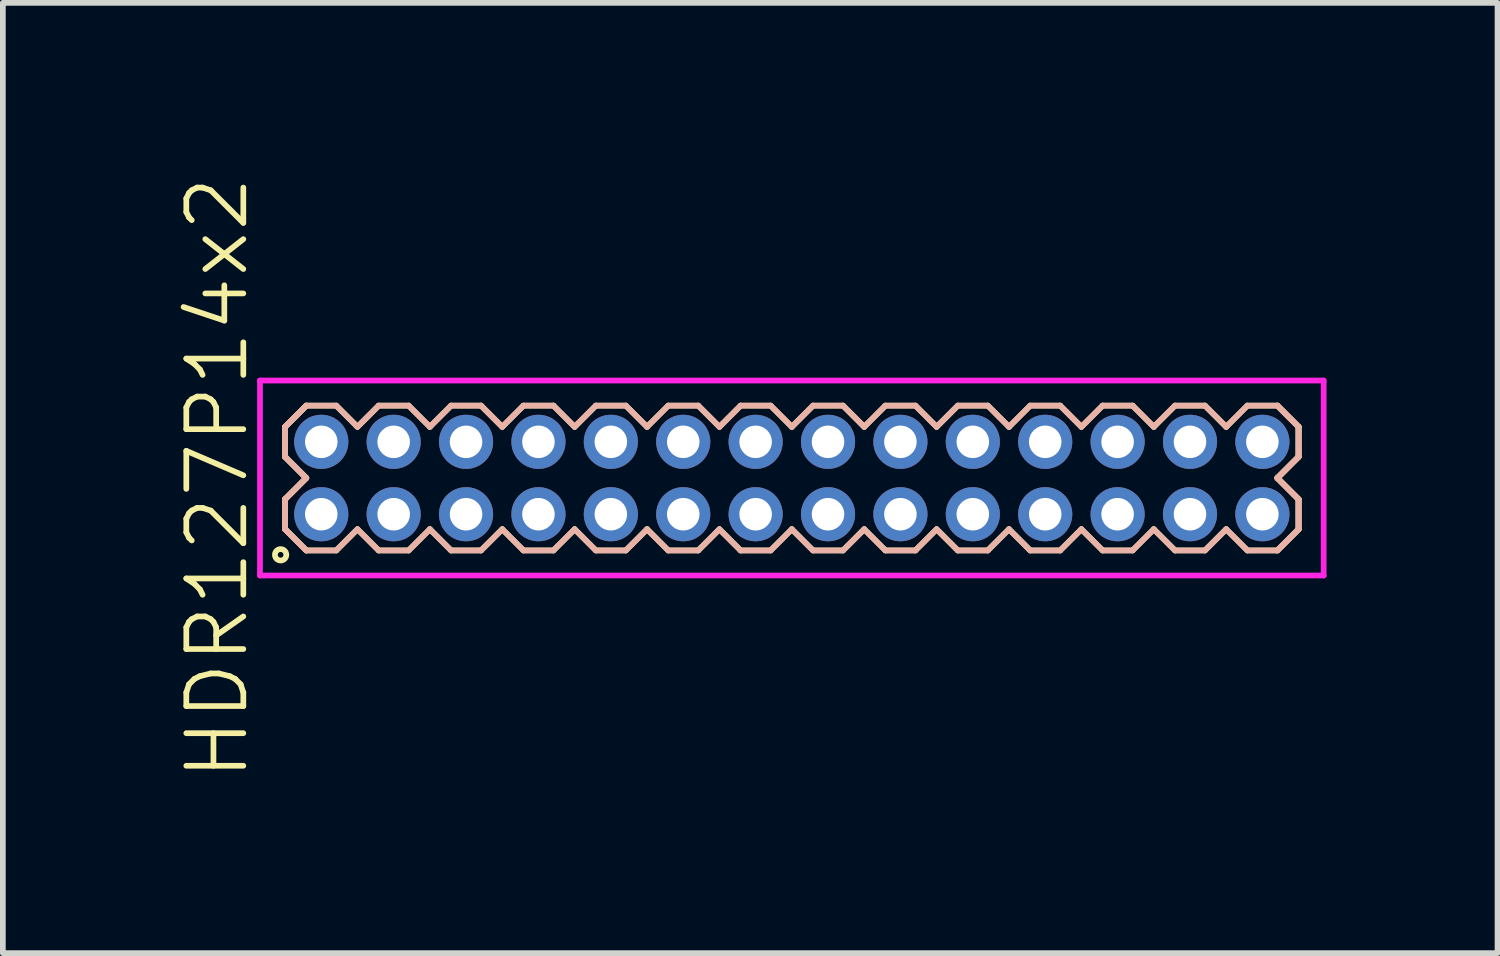
<source format=kicad_pcb>
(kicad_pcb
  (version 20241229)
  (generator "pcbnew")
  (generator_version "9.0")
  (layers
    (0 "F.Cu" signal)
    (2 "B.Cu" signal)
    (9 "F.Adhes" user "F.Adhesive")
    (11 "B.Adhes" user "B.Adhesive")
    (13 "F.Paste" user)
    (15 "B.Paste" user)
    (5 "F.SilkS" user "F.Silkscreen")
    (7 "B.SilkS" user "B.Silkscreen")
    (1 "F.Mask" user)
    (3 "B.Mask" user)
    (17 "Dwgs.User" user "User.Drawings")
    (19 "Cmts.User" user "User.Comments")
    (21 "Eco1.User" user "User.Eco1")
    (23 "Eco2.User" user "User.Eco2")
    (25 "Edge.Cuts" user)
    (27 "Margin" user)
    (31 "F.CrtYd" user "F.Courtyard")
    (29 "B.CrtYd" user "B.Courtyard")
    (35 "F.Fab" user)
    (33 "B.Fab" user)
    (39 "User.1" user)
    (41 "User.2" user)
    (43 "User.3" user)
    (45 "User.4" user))
  (footprint "HDR127P14x2"
    (layer "F.Cu")
    (at 10.841 5.336)
    (property "Reference" "HDR127P14x2" (at -10.08 0 90) (layer "F.SilkS") (effects (font (size 1 1) (thickness 0.1))))
    (attr through_hole)
    (fp_line (start -8.89 -0.898) (end -8.518 -1.27) (stroke (width 0.1) (type solid)) (layer "F.SilkS"))
    (fp_line (start -8.89 -0.898) (end -8.518 -1.27) (stroke (width 0.1) (type solid)) (layer "F.SilkS"))
    (fp_line (start -8.89 -0.372) (end -8.89 -0.898) (stroke (width 0.1) (type solid)) (layer "F.SilkS"))
    (fp_line (start -8.89 -0.372) (end -8.89 -0.898) (stroke (width 0.1) (type solid)) (layer "F.SilkS"))
    (fp_line (start -8.89 0.372) (end -8.518 0) (stroke (width 0.1) (type solid)) (layer "F.SilkS"))
    (fp_line (start -8.89 0.372) (end -8.518 0) (stroke (width 0.1) (type solid)) (layer "F.SilkS"))
    (fp_line (start -8.89 0.898) (end -8.89 0.372) (stroke (width 0.1) (type solid)) (layer "F.SilkS"))
    (fp_line (start -8.89 0.898) (end -8.89 0.372) (stroke (width 0.1) (type solid)) (layer "F.SilkS"))
    (fp_line (start -8.518 -1.27) (end -7.992 -1.27) (stroke (width 0.1) (type solid)) (layer "F.SilkS"))
    (fp_line (start -8.518 0) (end -8.89 -0.372) (stroke (width 0.1) (type solid)) (layer "F.SilkS"))
    (fp_line (start -8.518 0) (end -8.89 -0.372) (stroke (width 0.1) (type solid)) (layer "F.SilkS"))
    (fp_line (start -8.518 1.27) (end -8.89 0.898) (stroke (width 0.1) (type solid)) (layer "F.SilkS"))
    (fp_line (start -8.518 1.27) (end -8.89 0.898) (stroke (width 0.1) (type solid)) (layer "F.SilkS"))
    (fp_line (start -7.992 -1.27) (end -7.62 -0.898) (stroke (width 0.1) (type solid)) (layer "F.SilkS"))
    (fp_line (start -7.992 1.27) (end -8.518 1.27) (stroke (width 0.1) (type solid)) (layer "F.SilkS"))
    (fp_line (start -7.62 -0.898) (end -7.248 -1.27) (stroke (width 0.1) (type solid)) (layer "F.SilkS"))
    (fp_line (start -7.62 0.898) (end -7.992 1.27) (stroke (width 0.1) (type solid)) (layer "F.SilkS"))
    (fp_line (start -7.248 -1.27) (end -6.722 -1.27) (stroke (width 0.1) (type solid)) (layer "F.SilkS"))
    (fp_line (start -7.248 1.27) (end -7.62 0.898) (stroke (width 0.1) (type solid)) (layer "F.SilkS"))
    (fp_line (start -6.722 -1.27) (end -6.35 -0.898) (stroke (width 0.1) (type solid)) (layer "F.SilkS"))
    (fp_line (start -6.722 1.27) (end -7.248 1.27) (stroke (width 0.1) (type solid)) (layer "F.SilkS"))
    (fp_line (start -6.35 -0.898) (end -5.978 -1.27) (stroke (width 0.1) (type solid)) (layer "F.SilkS"))
    (fp_line (start -6.35 0.898) (end -6.722 1.27) (stroke (width 0.1) (type solid)) (layer "F.SilkS"))
    (fp_line (start -5.978 -1.27) (end -5.452 -1.27) (stroke (width 0.1) (type solid)) (layer "F.SilkS"))
    (fp_line (start -5.978 1.27) (end -6.35 0.898) (stroke (width 0.1) (type solid)) (layer "F.SilkS"))
    (fp_line (start -5.452 -1.27) (end -5.08 -0.898) (stroke (width 0.1) (type solid)) (layer "F.SilkS"))
    (fp_line (start -5.452 1.27) (end -5.978 1.27) (stroke (width 0.1) (type solid)) (layer "F.SilkS"))
    (fp_line (start -5.08 -0.898) (end -4.708 -1.27) (stroke (width 0.1) (type solid)) (layer "F.SilkS"))
    (fp_line (start -5.08 0.898) (end -5.452 1.27) (stroke (width 0.1) (type solid)) (layer "F.SilkS"))
    (fp_line (start -4.708 -1.27) (end -4.182 -1.27) (stroke (width 0.1) (type solid)) (layer "F.SilkS"))
    (fp_line (start -4.708 1.27) (end -5.08 0.898) (stroke (width 0.1) (type solid)) (layer "F.SilkS"))
    (fp_line (start -4.182 -1.27) (end -3.81 -0.898) (stroke (width 0.1) (type solid)) (layer "F.SilkS"))
    (fp_line (start -4.182 1.27) (end -4.708 1.27) (stroke (width 0.1) (type solid)) (layer "F.SilkS"))
    (fp_line (start -3.81 -0.898) (end -3.438 -1.27) (stroke (width 0.1) (type solid)) (layer "F.SilkS"))
    (fp_line (start -3.81 0.898) (end -4.182 1.27) (stroke (width 0.1) (type solid)) (layer "F.SilkS"))
    (fp_line (start -3.438 -1.27) (end -2.912 -1.27) (stroke (width 0.1) (type solid)) (layer "F.SilkS"))
    (fp_line (start -3.438 1.27) (end -3.81 0.898) (stroke (width 0.1) (type solid)) (layer "F.SilkS"))
    (fp_line (start -2.912 -1.27) (end -2.54 -0.898) (stroke (width 0.1) (type solid)) (layer "F.SilkS"))
    (fp_line (start -2.912 1.27) (end -3.438 1.27) (stroke (width 0.1) (type solid)) (layer "F.SilkS"))
    (fp_line (start -2.54 -0.898) (end -2.168 -1.27) (stroke (width 0.1) (type solid)) (layer "F.SilkS"))
    (fp_line (start -2.54 0.898) (end -2.912 1.27) (stroke (width 0.1) (type solid)) (layer "F.SilkS"))
    (fp_line (start -2.168 -1.27) (end -1.642 -1.27) (stroke (width 0.1) (type solid)) (layer "F.SilkS"))
    (fp_line (start -2.168 1.27) (end -2.54 0.898) (stroke (width 0.1) (type solid)) (layer "F.SilkS"))
    (fp_line (start -1.642 -1.27) (end -1.27 -0.898) (stroke (width 0.1) (type solid)) (layer "F.SilkS"))
    (fp_line (start -1.642 1.27) (end -2.168 1.27) (stroke (width 0.1) (type solid)) (layer "F.SilkS"))
    (fp_line (start -1.27 -0.898) (end -0.898 -1.27) (stroke (width 0.1) (type solid)) (layer "F.SilkS"))
    (fp_line (start -1.27 0.898) (end -1.642 1.27) (stroke (width 0.1) (type solid)) (layer "F.SilkS"))
    (fp_line (start -0.898 -1.27) (end -0.372 -1.27) (stroke (width 0.1) (type solid)) (layer "F.SilkS"))
    (fp_line (start -0.898 1.27) (end -1.27 0.898) (stroke (width 0.1) (type solid)) (layer "F.SilkS"))
    (fp_line (start -0.372 -1.27) (end 0 -0.898) (stroke (width 0.1) (type solid)) (layer "F.SilkS"))
    (fp_line (start -0.372 1.27) (end -0.898 1.27) (stroke (width 0.1) (type solid)) (layer "F.SilkS"))
    (fp_line (start 0 -0.898) (end 0.372 -1.27) (stroke (width 0.1) (type solid)) (layer "F.SilkS"))
    (fp_line (start 0 0.898) (end -0.372 1.27) (stroke (width 0.1) (type solid)) (layer "F.SilkS"))
    (fp_line (start 0.372 -1.27) (end 0.898 -1.27) (stroke (width 0.1) (type solid)) (layer "F.SilkS"))
    (fp_line (start 0.372 1.27) (end 0 0.898) (stroke (width 0.1) (type solid)) (layer "F.SilkS"))
    (fp_line (start 0.898 -1.27) (end 1.27 -0.898) (stroke (width 0.1) (type solid)) (layer "F.SilkS"))
    (fp_line (start 0.898 1.27) (end 0.372 1.27) (stroke (width 0.1) (type solid)) (layer "F.SilkS"))
    (fp_line (start 1.27 -0.898) (end 1.642 -1.27) (stroke (width 0.1) (type solid)) (layer "F.SilkS"))
    (fp_line (start 1.27 0.898) (end 0.898 1.27) (stroke (width 0.1) (type solid)) (layer "F.SilkS"))
    (fp_line (start 1.642 -1.27) (end 2.168 -1.27) (stroke (width 0.1) (type solid)) (layer "F.SilkS"))
    (fp_line (start 1.642 1.27) (end 1.27 0.898) (stroke (width 0.1) (type solid)) (layer "F.SilkS"))
    (fp_line (start 2.168 -1.27) (end 2.54 -0.898) (stroke (width 0.1) (type solid)) (layer "F.SilkS"))
    (fp_line (start 2.168 1.27) (end 1.642 1.27) (stroke (width 0.1) (type solid)) (layer "F.SilkS"))
    (fp_line (start 2.54 -0.898) (end 2.912 -1.27) (stroke (width 0.1) (type solid)) (layer "F.SilkS"))
    (fp_line (start 2.54 0.898) (end 2.168 1.27) (stroke (width 0.1) (type solid)) (layer "F.SilkS"))
    (fp_line (start 2.912 -1.27) (end 3.438 -1.27) (stroke (width 0.1) (type solid)) (layer "F.SilkS"))
    (fp_line (start 2.912 1.27) (end 2.54 0.898) (stroke (width 0.1) (type solid)) (layer "F.SilkS"))
    (fp_line (start 3.438 -1.27) (end 3.81 -0.898) (stroke (width 0.1) (type solid)) (layer "F.SilkS"))
    (fp_line (start 3.438 1.27) (end 2.912 1.27) (stroke (width 0.1) (type solid)) (layer "F.SilkS"))
    (fp_line (start 3.81 -0.898) (end 4.182 -1.27) (stroke (width 0.1) (type solid)) (layer "F.SilkS"))
    (fp_line (start 3.81 0.898) (end 3.438 1.27) (stroke (width 0.1) (type solid)) (layer "F.SilkS"))
    (fp_line (start 4.182 -1.27) (end 4.708 -1.27) (stroke (width 0.1) (type solid)) (layer "F.SilkS"))
    (fp_line (start 4.182 1.27) (end 3.81 0.898) (stroke (width 0.1) (type solid)) (layer "F.SilkS"))
    (fp_line (start 4.708 -1.27) (end 5.08 -0.898) (stroke (width 0.1) (type solid)) (layer "F.SilkS"))
    (fp_line (start 4.708 1.27) (end 4.182 1.27) (stroke (width 0.1) (type solid)) (layer "F.SilkS"))
    (fp_line (start 5.08 -0.898) (end 5.452 -1.27) (stroke (width 0.1) (type solid)) (layer "F.SilkS"))
    (fp_line (start 5.08 0.898) (end 4.708 1.27) (stroke (width 0.1) (type solid)) (layer "F.SilkS"))
    (fp_line (start 5.452 -1.27) (end 5.978 -1.27) (stroke (width 0.1) (type solid)) (layer "F.SilkS"))
    (fp_line (start 5.452 1.27) (end 5.08 0.898) (stroke (width 0.1) (type solid)) (layer "F.SilkS"))
    (fp_line (start 5.978 -1.27) (end 6.35 -0.898) (stroke (width 0.1) (type solid)) (layer "F.SilkS"))
    (fp_line (start 5.978 1.27) (end 5.452 1.27) (stroke (width 0.1) (type solid)) (layer "F.SilkS"))
    (fp_line (start 6.35 -0.898) (end 6.722 -1.27) (stroke (width 0.1) (type solid)) (layer "F.SilkS"))
    (fp_line (start 6.35 0.898) (end 5.978 1.27) (stroke (width 0.1) (type solid)) (layer "F.SilkS"))
    (fp_line (start 6.722 -1.27) (end 7.248 -1.27) (stroke (width 0.1) (type solid)) (layer "F.SilkS"))
    (fp_line (start 6.722 1.27) (end 6.35 0.898) (stroke (width 0.1) (type solid)) (layer "F.SilkS"))
    (fp_line (start 7.248 -1.27) (end 7.62 -0.898) (stroke (width 0.1) (type solid)) (layer "F.SilkS"))
    (fp_line (start 7.248 1.27) (end 6.722 1.27) (stroke (width 0.1) (type solid)) (layer "F.SilkS"))
    (fp_line (start 7.62 -0.898) (end 7.992 -1.27) (stroke (width 0.1) (type solid)) (layer "F.SilkS"))
    (fp_line (start 7.62 0.898) (end 7.248 1.27) (stroke (width 0.1) (type solid)) (layer "F.SilkS"))
    (fp_line (start 7.992 -1.27) (end 8.518 -1.27) (stroke (width 0.1) (type solid)) (layer "F.SilkS"))
    (fp_line (start 7.992 1.27) (end 7.62 0.898) (stroke (width 0.1) (type solid)) (layer "F.SilkS"))
    (fp_line (start 8.518 -1.27) (end 8.89 -0.898) (stroke (width 0.1) (type solid)) (layer "F.SilkS"))
    (fp_line (start 8.518 -1.27) (end 8.89 -0.898) (stroke (width 0.1) (type solid)) (layer "F.SilkS"))
    (fp_line (start 8.518 0) (end 8.89 0.372) (stroke (width 0.1) (type solid)) (layer "F.SilkS"))
    (fp_line (start 8.518 0) (end 8.89 0.372) (stroke (width 0.1) (type solid)) (layer "F.SilkS"))
    (fp_line (start 8.518 1.27) (end 7.992 1.27) (stroke (width 0.1) (type solid)) (layer "F.SilkS"))
    (fp_line (start 8.89 -0.898) (end 8.89 -0.372) (stroke (width 0.1) (type solid)) (layer "F.SilkS"))
    (fp_line (start 8.89 -0.898) (end 8.89 -0.372) (stroke (width 0.1) (type solid)) (layer "F.SilkS"))
    (fp_line (start 8.89 -0.372) (end 8.518 0) (stroke (width 0.1) (type solid)) (layer "F.SilkS"))
    (fp_line (start 8.89 -0.372) (end 8.518 0) (stroke (width 0.1) (type solid)) (layer "F.SilkS"))
    (fp_line (start 8.89 0.372) (end 8.89 0.898) (stroke (width 0.1) (type solid)) (layer "F.SilkS"))
    (fp_line (start 8.89 0.372) (end 8.89 0.898) (stroke (width 0.1) (type solid)) (layer "F.SilkS"))
    (fp_line (start 8.89 0.898) (end 8.518 1.27) (stroke (width 0.1) (type solid)) (layer "F.SilkS"))
    (fp_line (start 8.89 0.898) (end 8.518 1.27) (stroke (width 0.1) (type solid)) (layer "F.SilkS"))
    (fp_circle (center -8.968 1.347) (end -8.868 1.347) (stroke (width 0.1) (type solid)) (fill no) (layer "F.SilkS"))
    (fp_line (start -8.89 -0.898) (end -8.518 -1.27) (stroke (width 0.1) (type solid)) (layer "B.SilkS"))
    (fp_line (start -8.89 -0.898) (end -8.518 -1.27) (stroke (width 0.1) (type solid)) (layer "B.SilkS"))
    (fp_line (start -8.89 -0.372) (end -8.89 -0.898) (stroke (width 0.1) (type solid)) (layer "B.SilkS"))
    (fp_line (start -8.89 -0.372) (end -8.89 -0.898) (stroke (width 0.1) (type solid)) (layer "B.SilkS"))
    (fp_line (start -8.89 0.372) (end -8.518 0) (stroke (width 0.1) (type solid)) (layer "B.SilkS"))
    (fp_line (start -8.89 0.372) (end -8.518 0) (stroke (width 0.1) (type solid)) (layer "B.SilkS"))
    (fp_line (start -8.89 0.898) (end -8.89 0.372) (stroke (width 0.1) (type solid)) (layer "B.SilkS"))
    (fp_line (start -8.89 0.898) (end -8.89 0.372) (stroke (width 0.1) (type solid)) (layer "B.SilkS"))
    (fp_line (start -8.518 -1.27) (end -7.992 -1.27) (stroke (width 0.1) (type solid)) (layer "B.SilkS"))
    (fp_line (start -8.518 0) (end -8.89 -0.372) (stroke (width 0.1) (type solid)) (layer "B.SilkS"))
    (fp_line (start -8.518 0) (end -8.89 -0.372) (stroke (width 0.1) (type solid)) (layer "B.SilkS"))
    (fp_line (start -8.518 1.27) (end -8.89 0.898) (stroke (width 0.1) (type solid)) (layer "B.SilkS"))
    (fp_line (start -8.518 1.27) (end -8.89 0.898) (stroke (width 0.1) (type solid)) (layer "B.SilkS"))
    (fp_line (start -7.992 -1.27) (end -7.62 -0.898) (stroke (width 0.1) (type solid)) (layer "B.SilkS"))
    (fp_line (start -7.992 1.27) (end -8.518 1.27) (stroke (width 0.1) (type solid)) (layer "B.SilkS"))
    (fp_line (start -7.62 -0.898) (end -7.248 -1.27) (stroke (width 0.1) (type solid)) (layer "B.SilkS"))
    (fp_line (start -7.62 0.898) (end -7.992 1.27) (stroke (width 0.1) (type solid)) (layer "B.SilkS"))
    (fp_line (start -7.248 -1.27) (end -6.722 -1.27) (stroke (width 0.1) (type solid)) (layer "B.SilkS"))
    (fp_line (start -7.248 1.27) (end -7.62 0.898) (stroke (width 0.1) (type solid)) (layer "B.SilkS"))
    (fp_line (start -6.722 -1.27) (end -6.35 -0.898) (stroke (width 0.1) (type solid)) (layer "B.SilkS"))
    (fp_line (start -6.722 1.27) (end -7.248 1.27) (stroke (width 0.1) (type solid)) (layer "B.SilkS"))
    (fp_line (start -6.35 -0.898) (end -5.978 -1.27) (stroke (width 0.1) (type solid)) (layer "B.SilkS"))
    (fp_line (start -6.35 0.898) (end -6.722 1.27) (stroke (width 0.1) (type solid)) (layer "B.SilkS"))
    (fp_line (start -5.978 -1.27) (end -5.452 -1.27) (stroke (width 0.1) (type solid)) (layer "B.SilkS"))
    (fp_line (start -5.978 1.27) (end -6.35 0.898) (stroke (width 0.1) (type solid)) (layer "B.SilkS"))
    (fp_line (start -5.452 -1.27) (end -5.08 -0.898) (stroke (width 0.1) (type solid)) (layer "B.SilkS"))
    (fp_line (start -5.452 1.27) (end -5.978 1.27) (stroke (width 0.1) (type solid)) (layer "B.SilkS"))
    (fp_line (start -5.08 -0.898) (end -4.708 -1.27) (stroke (width 0.1) (type solid)) (layer "B.SilkS"))
    (fp_line (start -5.08 0.898) (end -5.452 1.27) (stroke (width 0.1) (type solid)) (layer "B.SilkS"))
    (fp_line (start -4.708 -1.27) (end -4.182 -1.27) (stroke (width 0.1) (type solid)) (layer "B.SilkS"))
    (fp_line (start -4.708 1.27) (end -5.08 0.898) (stroke (width 0.1) (type solid)) (layer "B.SilkS"))
    (fp_line (start -4.182 -1.27) (end -3.81 -0.898) (stroke (width 0.1) (type solid)) (layer "B.SilkS"))
    (fp_line (start -4.182 1.27) (end -4.708 1.27) (stroke (width 0.1) (type solid)) (layer "B.SilkS"))
    (fp_line (start -3.81 -0.898) (end -3.438 -1.27) (stroke (width 0.1) (type solid)) (layer "B.SilkS"))
    (fp_line (start -3.81 0.898) (end -4.182 1.27) (stroke (width 0.1) (type solid)) (layer "B.SilkS"))
    (fp_line (start -3.438 -1.27) (end -2.912 -1.27) (stroke (width 0.1) (type solid)) (layer "B.SilkS"))
    (fp_line (start -3.438 1.27) (end -3.81 0.898) (stroke (width 0.1) (type solid)) (layer "B.SilkS"))
    (fp_line (start -2.912 -1.27) (end -2.54 -0.898) (stroke (width 0.1) (type solid)) (layer "B.SilkS"))
    (fp_line (start -2.912 1.27) (end -3.438 1.27) (stroke (width 0.1) (type solid)) (layer "B.SilkS"))
    (fp_line (start -2.54 -0.898) (end -2.168 -1.27) (stroke (width 0.1) (type solid)) (layer "B.SilkS"))
    (fp_line (start -2.54 0.898) (end -2.912 1.27) (stroke (width 0.1) (type solid)) (layer "B.SilkS"))
    (fp_line (start -2.168 -1.27) (end -1.642 -1.27) (stroke (width 0.1) (type solid)) (layer "B.SilkS"))
    (fp_line (start -2.168 1.27) (end -2.54 0.898) (stroke (width 0.1) (type solid)) (layer "B.SilkS"))
    (fp_line (start -1.642 -1.27) (end -1.27 -0.898) (stroke (width 0.1) (type solid)) (layer "B.SilkS"))
    (fp_line (start -1.642 1.27) (end -2.168 1.27) (stroke (width 0.1) (type solid)) (layer "B.SilkS"))
    (fp_line (start -1.27 -0.898) (end -0.898 -1.27) (stroke (width 0.1) (type solid)) (layer "B.SilkS"))
    (fp_line (start -1.27 0.898) (end -1.642 1.27) (stroke (width 0.1) (type solid)) (layer "B.SilkS"))
    (fp_line (start -0.898 -1.27) (end -0.372 -1.27) (stroke (width 0.1) (type solid)) (layer "B.SilkS"))
    (fp_line (start -0.898 1.27) (end -1.27 0.898) (stroke (width 0.1) (type solid)) (layer "B.SilkS"))
    (fp_line (start -0.372 -1.27) (end 0 -0.898) (stroke (width 0.1) (type solid)) (layer "B.SilkS"))
    (fp_line (start -0.372 1.27) (end -0.898 1.27) (stroke (width 0.1) (type solid)) (layer "B.SilkS"))
    (fp_line (start 0 -0.898) (end 0.372 -1.27) (stroke (width 0.1) (type solid)) (layer "B.SilkS"))
    (fp_line (start 0 0.898) (end -0.372 1.27) (stroke (width 0.1) (type solid)) (layer "B.SilkS"))
    (fp_line (start 0.372 -1.27) (end 0.898 -1.27) (stroke (width 0.1) (type solid)) (layer "B.SilkS"))
    (fp_line (start 0.372 1.27) (end 0 0.898) (stroke (width 0.1) (type solid)) (layer "B.SilkS"))
    (fp_line (start 0.898 -1.27) (end 1.27 -0.898) (stroke (width 0.1) (type solid)) (layer "B.SilkS"))
    (fp_line (start 0.898 1.27) (end 0.372 1.27) (stroke (width 0.1) (type solid)) (layer "B.SilkS"))
    (fp_line (start 1.27 -0.898) (end 1.642 -1.27) (stroke (width 0.1) (type solid)) (layer "B.SilkS"))
    (fp_line (start 1.27 0.898) (end 0.898 1.27) (stroke (width 0.1) (type solid)) (layer "B.SilkS"))
    (fp_line (start 1.642 -1.27) (end 2.168 -1.27) (stroke (width 0.1) (type solid)) (layer "B.SilkS"))
    (fp_line (start 1.642 1.27) (end 1.27 0.898) (stroke (width 0.1) (type solid)) (layer "B.SilkS"))
    (fp_line (start 2.168 -1.27) (end 2.54 -0.898) (stroke (width 0.1) (type solid)) (layer "B.SilkS"))
    (fp_line (start 2.168 1.27) (end 1.642 1.27) (stroke (width 0.1) (type solid)) (layer "B.SilkS"))
    (fp_line (start 2.54 -0.898) (end 2.912 -1.27) (stroke (width 0.1) (type solid)) (layer "B.SilkS"))
    (fp_line (start 2.54 0.898) (end 2.168 1.27) (stroke (width 0.1) (type solid)) (layer "B.SilkS"))
    (fp_line (start 2.912 -1.27) (end 3.438 -1.27) (stroke (width 0.1) (type solid)) (layer "B.SilkS"))
    (fp_line (start 2.912 1.27) (end 2.54 0.898) (stroke (width 0.1) (type solid)) (layer "B.SilkS"))
    (fp_line (start 3.438 -1.27) (end 3.81 -0.898) (stroke (width 0.1) (type solid)) (layer "B.SilkS"))
    (fp_line (start 3.438 1.27) (end 2.912 1.27) (stroke (width 0.1) (type solid)) (layer "B.SilkS"))
    (fp_line (start 3.81 -0.898) (end 4.182 -1.27) (stroke (width 0.1) (type solid)) (layer "B.SilkS"))
    (fp_line (start 3.81 0.898) (end 3.438 1.27) (stroke (width 0.1) (type solid)) (layer "B.SilkS"))
    (fp_line (start 4.182 -1.27) (end 4.708 -1.27) (stroke (width 0.1) (type solid)) (layer "B.SilkS"))
    (fp_line (start 4.182 1.27) (end 3.81 0.898) (stroke (width 0.1) (type solid)) (layer "B.SilkS"))
    (fp_line (start 4.708 -1.27) (end 5.08 -0.898) (stroke (width 0.1) (type solid)) (layer "B.SilkS"))
    (fp_line (start 4.708 1.27) (end 4.182 1.27) (stroke (width 0.1) (type solid)) (layer "B.SilkS"))
    (fp_line (start 5.08 -0.898) (end 5.452 -1.27) (stroke (width 0.1) (type solid)) (layer "B.SilkS"))
    (fp_line (start 5.08 0.898) (end 4.708 1.27) (stroke (width 0.1) (type solid)) (layer "B.SilkS"))
    (fp_line (start 5.452 -1.27) (end 5.978 -1.27) (stroke (width 0.1) (type solid)) (layer "B.SilkS"))
    (fp_line (start 5.452 1.27) (end 5.08 0.898) (stroke (width 0.1) (type solid)) (layer "B.SilkS"))
    (fp_line (start 5.978 -1.27) (end 6.35 -0.898) (stroke (width 0.1) (type solid)) (layer "B.SilkS"))
    (fp_line (start 5.978 1.27) (end 5.452 1.27) (stroke (width 0.1) (type solid)) (layer "B.SilkS"))
    (fp_line (start 6.35 -0.898) (end 6.722 -1.27) (stroke (width 0.1) (type solid)) (layer "B.SilkS"))
    (fp_line (start 6.35 0.898) (end 5.978 1.27) (stroke (width 0.1) (type solid)) (layer "B.SilkS"))
    (fp_line (start 6.722 -1.27) (end 7.248 -1.27) (stroke (width 0.1) (type solid)) (layer "B.SilkS"))
    (fp_line (start 6.722 1.27) (end 6.35 0.898) (stroke (width 0.1) (type solid)) (layer "B.SilkS"))
    (fp_line (start 7.248 -1.27) (end 7.62 -0.898) (stroke (width 0.1) (type solid)) (layer "B.SilkS"))
    (fp_line (start 7.248 1.27) (end 6.722 1.27) (stroke (width 0.1) (type solid)) (layer "B.SilkS"))
    (fp_line (start 7.62 -0.898) (end 7.992 -1.27) (stroke (width 0.1) (type solid)) (layer "B.SilkS"))
    (fp_line (start 7.62 0.898) (end 7.248 1.27) (stroke (width 0.1) (type solid)) (layer "B.SilkS"))
    (fp_line (start 7.992 -1.27) (end 8.518 -1.27) (stroke (width 0.1) (type solid)) (layer "B.SilkS"))
    (fp_line (start 7.992 1.27) (end 7.62 0.898) (stroke (width 0.1) (type solid)) (layer "B.SilkS"))
    (fp_line (start 8.518 -1.27) (end 8.89 -0.898) (stroke (width 0.1) (type solid)) (layer "B.SilkS"))
    (fp_line (start 8.518 -1.27) (end 8.89 -0.898) (stroke (width 0.1) (type solid)) (layer "B.SilkS"))
    (fp_line (start 8.518 0) (end 8.89 0.372) (stroke (width 0.1) (type solid)) (layer "B.SilkS"))
    (fp_line (start 8.518 0) (end 8.89 0.372) (stroke (width 0.1) (type solid)) (layer "B.SilkS"))
    (fp_line (start 8.518 1.27) (end 7.992 1.27) (stroke (width 0.1) (type solid)) (layer "B.SilkS"))
    (fp_line (start 8.89 -0.898) (end 8.89 -0.372) (stroke (width 0.1) (type solid)) (layer "B.SilkS"))
    (fp_line (start 8.89 -0.898) (end 8.89 -0.372) (stroke (width 0.1) (type solid)) (layer "B.SilkS"))
    (fp_line (start 8.89 -0.372) (end 8.518 0) (stroke (width 0.1) (type solid)) (layer "B.SilkS"))
    (fp_line (start 8.89 -0.372) (end 8.518 0) (stroke (width 0.1) (type solid)) (layer "B.SilkS"))
    (fp_line (start 8.89 0.372) (end 8.89 0.898) (stroke (width 0.1) (type solid)) (layer "B.SilkS"))
    (fp_line (start 8.89 0.372) (end 8.89 0.898) (stroke (width 0.1) (type solid)) (layer "B.SilkS"))
    (fp_line (start 8.89 0.898) (end 8.518 1.27) (stroke (width 0.1) (type solid)) (layer "B.SilkS"))
    (fp_line (start 8.89 0.898) (end 8.518 1.27) (stroke (width 0.1) (type solid)) (layer "B.SilkS"))
    (fp_line (start -9.33 -1.71) (end -9.33 1.71) (stroke (width 0.1) (type solid)) (layer "F.CrtYd"))
    (fp_line (start -9.33 1.71) (end 9.33 1.71) (stroke (width 0.1) (type solid)) (layer "F.CrtYd"))
    (fp_line (start 9.33 -1.71) (end -9.33 -1.71) (stroke (width 0.1) (type solid)) (layer "F.CrtYd"))
    (fp_line (start 9.33 1.71) (end 9.33 -1.71) (stroke (width 0.1) (type solid)) (layer "F.CrtYd"))
    (pad "1" thru_hole oval (at -8.255 0.635) (size 0.95 0.95) (drill 0.57) (layers "*.Cu" "*.Mask"))
    (pad "2" thru_hole oval (at -8.255 -0.635) (size 0.95 0.95) (drill 0.57) (layers "*.Cu" "*.Mask"))
    (pad "3" thru_hole oval (at -6.985 0.635) (size 0.95 0.95) (drill 0.57) (layers "*.Cu" "*.Mask"))
    (pad "4" thru_hole oval (at -6.985 -0.635) (size 0.95 0.95) (drill 0.57) (layers "*.Cu" "*.Mask"))
    (pad "5" thru_hole oval (at -5.715 0.635) (size 0.95 0.95) (drill 0.57) (layers "*.Cu" "*.Mask"))
    (pad "6" thru_hole oval (at -5.715 -0.635) (size 0.95 0.95) (drill 0.57) (layers "*.Cu" "*.Mask"))
    (pad "7" thru_hole oval (at -4.445 0.635) (size 0.95 0.95) (drill 0.57) (layers "*.Cu" "*.Mask"))
    (pad "8" thru_hole oval (at -4.445 -0.635) (size 0.95 0.95) (drill 0.57) (layers "*.Cu" "*.Mask"))
    (pad "9" thru_hole oval (at -3.175 0.635) (size 0.95 0.95) (drill 0.57) (layers "*.Cu" "*.Mask"))
    (pad "10" thru_hole oval (at -3.175 -0.635) (size 0.95 0.95) (drill 0.57) (layers "*.Cu" "*.Mask"))
    (pad "11" thru_hole oval (at -1.905 0.635) (size 0.95 0.95) (drill 0.57) (layers "*.Cu" "*.Mask"))
    (pad "12" thru_hole oval (at -1.905 -0.635) (size 0.95 0.95) (drill 0.57) (layers "*.Cu" "*.Mask"))
    (pad "13" thru_hole oval (at -0.635 0.635) (size 0.95 0.95) (drill 0.57) (layers "*.Cu" "*.Mask"))
    (pad "14" thru_hole oval (at -0.635 -0.635) (size 0.95 0.95) (drill 0.57) (layers "*.Cu" "*.Mask"))
    (pad "15" thru_hole oval (at 0.635 0.635) (size 0.95 0.95) (drill 0.57) (layers "*.Cu" "*.Mask"))
    (pad "16" thru_hole oval (at 0.635 -0.635) (size 0.95 0.95) (drill 0.57) (layers "*.Cu" "*.Mask"))
    (pad "17" thru_hole oval (at 1.905 0.635) (size 0.95 0.95) (drill 0.57) (layers "*.Cu" "*.Mask"))
    (pad "18" thru_hole oval (at 1.905 -0.635) (size 0.95 0.95) (drill 0.57) (layers "*.Cu" "*.Mask"))
    (pad "19" thru_hole oval (at 3.175 0.635) (size 0.95 0.95) (drill 0.57) (layers "*.Cu" "*.Mask"))
    (pad "20" thru_hole oval (at 3.175 -0.635) (size 0.95 0.95) (drill 0.57) (layers "*.Cu" "*.Mask"))
    (pad "21" thru_hole oval (at 4.445 0.635) (size 0.95 0.95) (drill 0.57) (layers "*.Cu" "*.Mask"))
    (pad "22" thru_hole oval (at 4.445 -0.635) (size 0.95 0.95) (drill 0.57) (layers "*.Cu" "*.Mask"))
    (pad "23" thru_hole oval (at 5.715 0.635) (size 0.95 0.95) (drill 0.57) (layers "*.Cu" "*.Mask"))
    (pad "24" thru_hole oval (at 5.715 -0.635) (size 0.95 0.95) (drill 0.57) (layers "*.Cu" "*.Mask"))
    (pad "25" thru_hole oval (at 6.985 0.635) (size 0.95 0.95) (drill 0.57) (layers "*.Cu" "*.Mask"))
    (pad "26" thru_hole oval (at 6.985 -0.635) (size 0.95 0.95) (drill 0.57) (layers "*.Cu" "*.Mask"))
    (pad "27" thru_hole oval (at 8.255 0.635) (size 0.95 0.95) (drill 0.57) (layers "*.Cu" "*.Mask"))
    (pad "28" thru_hole oval (at 8.255 -0.635) (size 0.95 0.95) (drill 0.57) (layers "*.Cu" "*.Mask")))
  (gr_rect
    (start -3 -3)
    (end 23.221 13.671)
    (stroke (width 0.1) (type default))
    (fill no)
    (layer "Edge.Cuts")))
</source>
